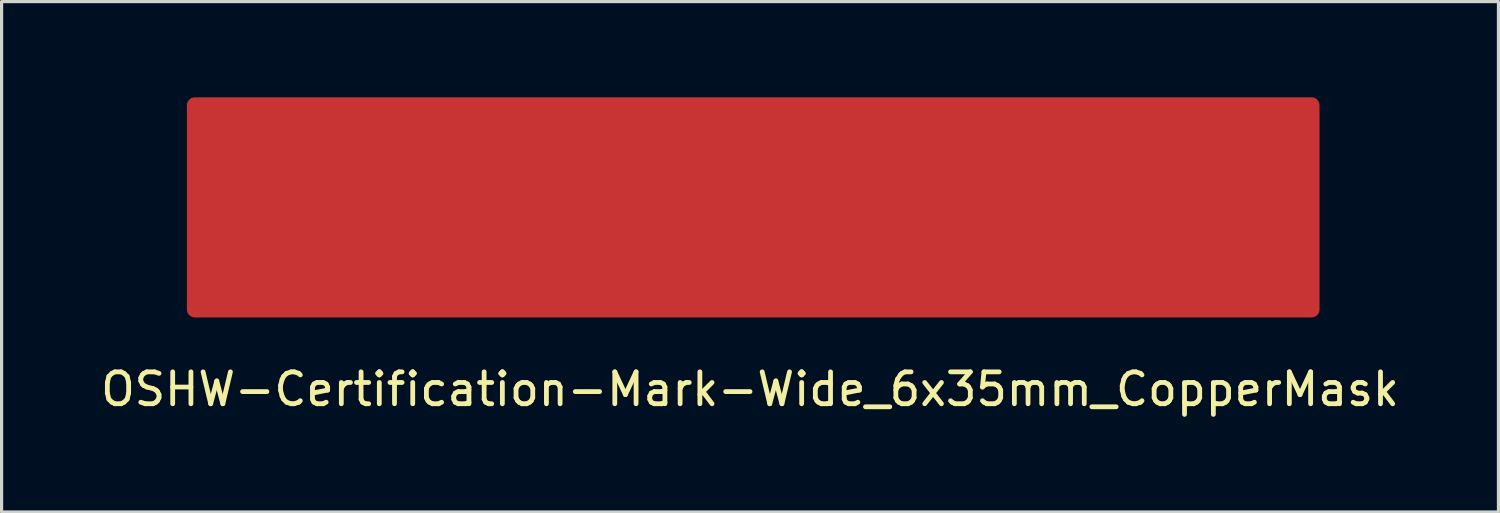
<source format=kicad_pcb>
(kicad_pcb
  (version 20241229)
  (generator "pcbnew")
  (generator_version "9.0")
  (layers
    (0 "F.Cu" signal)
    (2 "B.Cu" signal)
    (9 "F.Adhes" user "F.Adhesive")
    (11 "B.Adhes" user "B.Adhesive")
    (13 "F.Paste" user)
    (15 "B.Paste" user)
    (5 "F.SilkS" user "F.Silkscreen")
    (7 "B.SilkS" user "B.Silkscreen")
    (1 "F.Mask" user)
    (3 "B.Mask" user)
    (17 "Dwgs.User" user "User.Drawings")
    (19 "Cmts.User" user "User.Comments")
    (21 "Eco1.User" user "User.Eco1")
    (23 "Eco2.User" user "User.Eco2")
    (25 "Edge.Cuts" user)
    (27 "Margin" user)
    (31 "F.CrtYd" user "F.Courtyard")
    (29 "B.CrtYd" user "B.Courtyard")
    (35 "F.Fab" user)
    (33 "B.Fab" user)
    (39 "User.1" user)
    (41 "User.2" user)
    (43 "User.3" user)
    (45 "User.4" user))
  (footprint "OSHW-Certification-Mark-Wide_6x35mm_CopperMask"
    (layer "F.Cu")
    (at 20.458 3.45)
    (property "Reference" "OSHW-Certification-Mark-Wide_6x35mm_CopperMask" (at 0 5.7 0) (unlocked yes) (layer "F.SilkS") (effects (font (size 1 1) (thickness 0.15))))
    (attr board_only exclude_from_pos_files exclude_from_bom allow_missing_courtyard)
    (fp_rect (start -17.4 -3.2) (end 17.6 3.2) (stroke (width 0.5) (type solid)) (fill yes) (layer "F.Cu"))
    (fp_poly (pts (xy -13.783 0.429) (xy -13.783 0.429) (xy -13.783 0.429)) (stroke (width 0) (type solid)) (fill yes) (layer "F.Mask"))
    (fp_poly (pts (xy -5 3.137) (xy -17 3.137) (xy -17 -2.398) (xy -17 -2.398) (xy -7.132 -2.398) (xy -7.132 -1.91) (xy -16.512 -1.91) (xy -16.512 2.649) (xy -5.488 2.649) (xy -5.478 -2.398) (xy -5 -2.398)) (stroke (width 0) (type solid)) (fill yes) (layer "F.Mask"))
    (fp_poly (pts (xy -10.565 0.17) (xy -9.511 0.17) (xy -9.511 -0.997) (xy -9.124 -0.997) (xy -9.124 1.849) (xy -9.511 1.849) (xy -9.511 0.494) (xy -10.565 0.494) (xy -10.565 1.849) (xy -10.952 1.849) (xy -10.952 -0.997) (xy -10.565 -0.997)) (stroke (width 0) (type solid)) (fill yes) (layer "F.Mask"))
    (fp_poly (pts (xy -6.939 1.849) (xy -7.304 1.849) (xy -7.69 0.158) (xy -8.075 1.849) (xy -8.44 1.849) (xy -8.865 -0.997) (xy -8.489 -0.997) (xy -8.217 1.313) (xy -7.892 -0.215) (xy -7.49 -0.215) (xy -7.162 1.317) (xy -6.239 -3.111) (xy -5.864 -3.111)) (stroke (width 0) (type solid)) (fill yes) (layer "F.Mask"))
    (fp_poly (pts (xy -14.676 -1.047) (xy -14.619 -1.042) (xy -14.563 -1.035) (xy -14.51 -1.025) (xy -14.458 -1.012) (xy -14.409 -0.997) (xy -14.361 -0.978) (xy -14.315 -0.957) (xy -14.271 -0.932) (xy -14.23 -0.905) (xy -14.19 -0.875) (xy -14.152 -0.842) (xy -14.116 -0.807) (xy -14.081 -0.768) (xy -14.049 -0.727) (xy -14.019 -0.682) (xy -13.99 -0.635) (xy -13.963 -0.585) (xy -13.939 -0.532) (xy -13.915 -0.476) (xy -13.894 -0.416) (xy -13.875 -0.354) (xy -13.857 -0.289) (xy -13.842 -0.221) (xy -13.828 -0.151) (xy -13.816 -0.077) (xy -13.806 0.0002) (xy -13.797 0.08) (xy -13.791 0.163) (xy -13.786 0.249) (xy -13.783 0.337) (xy -13.783 0.429) (xy -13.783 0.52) (xy -13.786 0.609) (xy -13.791 0.694) (xy -13.797 0.777) (xy -13.806 0.857) (xy -13.816 0.933) (xy -13.828 1.007) (xy -13.842 1.078) (xy -13.857 1.146) (xy -13.875 1.211) (xy -13.894 1.273) (xy -13.915 1.332) (xy -13.939 1.388) (xy -13.963 1.441) (xy -13.99 1.491) (xy -14.019 1.538) (xy -14.034 1.561) (xy -14.049 1.583) (xy -14.065 1.604) (xy -14.081 1.624) (xy -14.098 1.644) (xy -14.116 1.663) (xy -14.133 1.681) (xy -14.152 1.698) (xy -14.17 1.715) (xy -14.19 1.731) (xy -14.209 1.747) (xy -14.23 1.761) (xy -14.25 1.775) (xy -14.271 1.788) (xy -14.293 1.801) (xy -14.315 1.813) (xy -14.338 1.824) (xy -14.361 1.834) (xy -14.385 1.844) (xy -14.409 1.853) (xy -14.433 1.861) (xy -14.458 1.868) (xy -14.484 1.875) (xy -14.51 1.881) (xy -14.536 1.887) (xy -14.563 1.891) (xy -14.619 1.898) (xy -14.676 1.903) (xy -14.736 1.904) (xy -14.795 1.903) (xy -14.852 1.899) (xy -14.908 1.891) (xy -14.961 1.881) (xy -15.013 1.869) (xy -15.062 1.853) (xy -15.11 1.835) (xy -15.156 1.813) (xy -15.2 1.789) (xy -15.242 1.762) (xy -15.282 1.732) (xy -15.32 1.699) (xy -15.356 1.664) (xy -15.39 1.625) (xy -15.422 1.584) (xy -15.452 1.54) (xy -15.481 1.493) (xy -15.507 1.443) (xy -15.532 1.39) (xy -15.555 1.334) (xy -15.576 1.275) (xy -15.595 1.213) (xy -15.612 1.148) (xy -15.628 1.08) (xy -15.642 1.009) (xy -15.654 0.935) (xy -15.664 0.858) (xy -15.672 0.779) (xy -15.678 0.696) (xy -15.683 0.61) (xy -15.686 0.521) (xy -15.687 0.429) (xy -15.284 0.429) (xy -15.282 0.58) (xy -15.277 0.719) (xy -15.267 0.848) (xy -15.253 0.965) (xy -15.244 1.019) (xy -15.235 1.071) (xy -15.224 1.12) (xy -15.213 1.166) (xy -15.2 1.21) (xy -15.187 1.25) (xy -15.172 1.288) (xy -15.157 1.323) (xy -15.14 1.355) (xy -15.131 1.371) (xy -15.122 1.386) (xy -15.112 1.4) (xy -15.102 1.414) (xy -15.092 1.428) (xy -15.082 1.44) (xy -15.071 1.453) (xy -15.06 1.465) (xy -15.049 1.476) (xy -15.037 1.487) (xy -15.025 1.497) (xy -15.012 1.507) (xy -15 1.516) (xy -14.987 1.524) (xy -14.973 1.533) (xy -14.96 1.54) (xy -14.946 1.547) (xy -14.931 1.554) (xy -14.917 1.56) (xy -14.902 1.565) (xy -14.887 1.57) (xy -14.871 1.575) (xy -14.855 1.579) (xy -14.839 1.582) (xy -14.823 1.585) (xy -14.806 1.587) (xy -14.789 1.589) (xy -14.771 1.591) (xy -14.736 1.592) (xy -14.7 1.591) (xy -14.665 1.587) (xy -14.631 1.582) (xy -14.599 1.575) (xy -14.568 1.566) (xy -14.539 1.554) (xy -14.51 1.541) (xy -14.483 1.525) (xy -14.458 1.507) (xy -14.433 1.487) (xy -14.41 1.465) (xy -14.389 1.441) (xy -14.368 1.415) (xy -14.349 1.387) (xy -14.331 1.357) (xy -14.314 1.325) (xy -14.299 1.29) (xy -14.284 1.252) (xy -14.27 1.211) (xy -14.258 1.168) (xy -14.246 1.122) (xy -14.235 1.073) (xy -14.226 1.021) (xy -14.217 0.966) (xy -14.21 0.909) (xy -14.203 0.849) (xy -14.197 0.786) (xy -14.193 0.72) (xy -14.189 0.651) (xy -14.187 0.58) (xy -14.185 0.506) (xy -14.185 0.429) (xy -14.187 0.278) (xy -14.193 0.138) (xy -14.203 0.009) (xy -14.217 -0.109) (xy -14.226 -0.163) (xy -14.235 -0.215) (xy -14.246 -0.264) (xy -14.258 -0.31) (xy -14.27 -0.354) (xy -14.284 -0.394) (xy -14.299 -0.432) (xy -14.314 -0.467) (xy -14.331 -0.499) (xy -14.34 -0.515) (xy -14.349 -0.53) (xy -14.358 -0.544) (xy -14.368 -0.558) (xy -14.378 -0.572) (xy -14.389 -0.584) (xy -14.399 -0.597) (xy -14.41 -0.609) (xy -14.422 -0.62) (xy -14.433 -0.631) (xy -14.445 -0.641) (xy -14.458 -0.651) (xy -14.47 -0.66) (xy -14.483 -0.668) (xy -14.497 -0.677) (xy -14.51 -0.684) (xy -14.524 -0.691) (xy -14.539 -0.698) (xy -14.553 -0.704) (xy -14.568 -0.709) (xy -14.584 -0.714) (xy -14.599 -0.719) (xy -14.615 -0.723) (xy -14.631 -0.726) (xy -14.648 -0.729) (xy -14.665 -0.731) (xy -14.682 -0.733) (xy -14.7 -0.735) (xy -14.736 -0.736) (xy -14.771 -0.735) (xy -14.806 -0.731) (xy -14.839 -0.726) (xy -14.871 -0.719) (xy -14.902 -0.709) (xy -14.931 -0.698) (xy -14.96 -0.684) (xy -14.987 -0.668) (xy -15.012 -0.651) (xy -15.037 -0.631) (xy -15.06 -0.609) (xy -15.082 -0.584) (xy -15.102 -0.558) (xy -15.122 -0.53) (xy -15.14 -0.499) (xy -15.157 -0.467) (xy -15.172 -0.432) (xy -15.187 -0.394) (xy -15.2 -0.354) (xy -15.213 -0.31) (xy -15.224 -0.264) (xy -15.235 -0.215) (xy -15.244 -0.163) (xy -15.253 -0.109) (xy -15.26 -0.051) (xy -15.267 0.009) (xy -15.272 0.072) (xy -15.277 0.138) (xy -15.28 0.206) (xy -15.282 0.278) (xy -15.284 0.352) (xy -15.284 0.429) (xy -15.687 0.429) (xy -15.686 0.337) (xy -15.683 0.249) (xy -15.678 0.163) (xy -15.672 0.08) (xy -15.664 0.0002) (xy -15.654 -0.077) (xy -15.642 -0.151) (xy -15.628 -0.221) (xy -15.612 -0.289) (xy -15.595 -0.354) (xy -15.576 -0.416) (xy -15.555 -0.476) (xy -15.532 -0.532) (xy -15.507 -0.585) (xy -15.481 -0.635) (xy -15.452 -0.682) (xy -15.437 -0.705) (xy -15.422 -0.727) (xy -15.406 -0.748) (xy -15.389 -0.768) (xy -15.372 -0.788) (xy -15.355 -0.807) (xy -15.337 -0.825) (xy -15.319 -0.842) (xy -15.3 -0.859) (xy -15.281 -0.875) (xy -15.261 -0.891) (xy -15.241 -0.905) (xy -15.22 -0.919) (xy -15.199 -0.932) (xy -15.177 -0.945) (xy -15.155 -0.957) (xy -15.132 -0.968) (xy -15.109 -0.978) (xy -15.086 -0.988) (xy -15.061 -0.997) (xy -15.037 -1.005) (xy -15.012 -1.012) (xy -14.986 -1.019) (xy -14.96 -1.025) (xy -14.907 -1.035) (xy -14.852 -1.042) (xy -14.795 -1.047) (xy -14.736 -1.048)) (stroke (width 0) (type solid)) (fill yes) (layer "F.Mask"))
    (fp_poly (pts (xy -12.317 -1.047) (xy -12.275 -1.045) (xy -12.233 -1.042) (xy -12.19 -1.038) (xy -12.147 -1.033) (xy -12.103 -1.026) (xy -12.058 -1.019) (xy -12.013 -1.01) (xy -11.968 -1) (xy -11.921 -0.989) (xy -11.875 -0.977) (xy -11.827 -0.964) (xy -11.779 -0.949) (xy -11.731 -0.934) (xy -11.682 -0.917) (xy -11.632 -0.899) (xy -11.632 -0.508) (xy -11.676 -0.536) (xy -11.72 -0.561) (xy -11.764 -0.585) (xy -11.808 -0.607) (xy -11.852 -0.627) (xy -11.896 -0.646) (xy -11.94 -0.663) (xy -11.985 -0.678) (xy -12.028 -0.691) (xy -12.073 -0.703) (xy -12.117 -0.713) (xy -12.161 -0.721) (xy -12.205 -0.727) (xy -12.25 -0.732) (xy -12.294 -0.734) (xy -12.339 -0.735) (xy -12.373 -0.735) (xy -12.405 -0.733) (xy -12.437 -0.731) (xy -12.468 -0.727) (xy -12.498 -0.723) (xy -12.527 -0.717) (xy -12.556 -0.711) (xy -12.583 -0.703) (xy -12.61 -0.695) (xy -12.635 -0.685) (xy -12.66 -0.675) (xy -12.684 -0.663) (xy -12.707 -0.651) (xy -12.729 -0.637) (xy -12.75 -0.623) (xy -12.77 -0.607) (xy -12.789 -0.591) (xy -12.807 -0.575) (xy -12.824 -0.557) (xy -12.839 -0.539) (xy -12.853 -0.52) (xy -12.866 -0.5) (xy -12.878 -0.48) (xy -12.889 -0.459) (xy -12.898 -0.438) (xy -12.906 -0.415) (xy -12.913 -0.392) (xy -12.918 -0.368) (xy -12.923 -0.344) (xy -12.926 -0.319) (xy -12.927 -0.293) (xy -12.928 -0.266) (xy -12.928 -0.243) (xy -12.926 -0.22) (xy -12.924 -0.199) (xy -12.922 -0.178) (xy -12.918 -0.157) (xy -12.914 -0.137) (xy -12.908 -0.118) (xy -12.902 -0.1) (xy -12.896 -0.082) (xy -12.888 -0.065) (xy -12.879 -0.049) (xy -12.87 -0.034) (xy -12.86 -0.019) (xy -12.849 -0.005) (xy -12.838 0.009) (xy -12.825 0.022) (xy -12.811 0.034) (xy -12.796 0.046) (xy -12.78 0.058) (xy -12.762 0.069) (xy -12.742 0.08) (xy -12.721 0.091) (xy -12.699 0.102) (xy -12.676 0.113) (xy -12.651 0.123) (xy -12.624 0.133) (xy -12.596 0.143) (xy -12.567 0.152) (xy -12.537 0.161) (xy -12.505 0.17) (xy -12.471 0.179) (xy -12.436 0.187) (xy -12.234 0.233) (xy -12.185 0.245) (xy -12.138 0.258) (xy -12.092 0.272) (xy -12.048 0.286) (xy -12.005 0.302) (xy -11.965 0.318) (xy -11.926 0.335) (xy -11.888 0.353) (xy -11.853 0.372) (xy -11.819 0.392) (xy -11.787 0.412) (xy -11.756 0.433) (xy -11.727 0.455) (xy -11.7 0.478) (xy -11.675 0.502) (xy -11.651 0.527) (xy -11.629 0.552) (xy -11.608 0.579) (xy -11.589 0.607) (xy -11.571 0.636) (xy -11.555 0.666) (xy -11.54 0.697) (xy -11.526 0.729) (xy -11.514 0.763) (xy -11.503 0.798) (xy -11.494 0.833) (xy -11.486 0.87) (xy -11.48 0.908) (xy -11.475 0.947) (xy -11.471 0.988) (xy -11.469 1.029) (xy -11.468 1.072) (xy -11.469 1.122) (xy -11.472 1.17) (xy -11.477 1.217) (xy -11.484 1.263) (xy -11.493 1.307) (xy -11.503 1.349) (xy -11.516 1.39) (xy -11.531 1.43) (xy -11.548 1.468) (xy -11.566 1.504) (xy -11.587 1.539) (xy -11.61 1.572) (xy -11.634 1.604) (xy -11.661 1.635) (xy -11.689 1.664) (xy -11.72 1.691) (xy -11.752 1.717) (xy -11.786 1.741) (xy -11.822 1.764) (xy -11.86 1.785) (xy -11.899 1.804) (xy -11.941 1.821) (xy -11.984 1.837) (xy -12.028 1.851) (xy -12.075 1.864) (xy -12.124 1.875) (xy -12.174 1.884) (xy -12.226 1.891) (xy -12.28 1.897) (xy -12.335 1.901) (xy -12.392 1.904) (xy -12.452 1.905) (xy -12.502 1.904) (xy -12.552 1.902) (xy -12.602 1.899) (xy -12.652 1.894) (xy -12.702 1.888) (xy -12.753 1.88) (xy -12.803 1.871) (xy -12.854 1.861) (xy -12.904 1.85) (xy -12.955 1.837) (xy -13.006 1.823) (xy -13.056 1.808) (xy -13.107 1.791) (xy -13.158 1.773) (xy -13.209 1.754) (xy -13.26 1.733) (xy -13.26 1.323) (xy -13.205 1.357) (xy -13.152 1.388) (xy -13.099 1.417) (xy -13.047 1.444) (xy -12.995 1.468) (xy -12.945 1.49) (xy -12.895 1.51) (xy -12.846 1.527) (xy -12.797 1.542) (xy -12.748 1.556) (xy -12.699 1.567) (xy -12.649 1.576) (xy -12.6 1.583) (xy -12.551 1.588) (xy -12.501 1.591) (xy -12.452 1.592) (xy -12.416 1.592) (xy -12.381 1.59) (xy -12.347 1.588) (xy -12.314 1.584) (xy -12.282 1.579) (xy -12.251 1.574) (xy -12.221 1.567) (xy -12.192 1.56) (xy -12.165 1.551) (xy -12.138 1.541) (xy -12.112 1.531) (xy -12.087 1.519) (xy -12.063 1.507) (xy -12.04 1.493) (xy -12.019 1.478) (xy -11.998 1.462) (xy -11.978 1.446) (xy -11.96 1.428) (xy -11.943 1.41) (xy -11.927 1.39) (xy -11.913 1.37) (xy -11.899 1.349) (xy -11.887 1.328) (xy -11.876 1.305) (xy -11.867 1.282) (xy -11.859 1.258) (xy -11.852 1.233) (xy -11.846 1.207) (xy -11.842 1.181) (xy -11.838 1.154) (xy -11.837 1.125) (xy -11.836 1.097) (xy -11.836 1.07) (xy -11.838 1.045) (xy -11.84 1.02) (xy -11.843 0.996) (xy -11.847 0.973) (xy -11.852 0.951) (xy -11.857 0.929) (xy -11.864 0.908) (xy -11.872 0.888) (xy -11.88 0.869) (xy -11.889 0.851) (xy -11.899 0.833) (xy -11.91 0.816) (xy -11.922 0.8) (xy -11.935 0.785) (xy -11.948 0.771) (xy -11.963 0.757) (xy -11.979 0.743) (xy -11.996 0.73) (xy -12.014 0.718) (xy -12.034 0.705) (xy -12.055 0.694) (xy -12.077 0.682) (xy -12.1 0.671) (xy -12.125 0.66) (xy -12.151 0.65) (xy -12.179 0.64) (xy -12.207 0.631) (xy -12.238 0.622) (xy -12.269 0.613) (xy -12.301 0.605) (xy -12.335 0.597) (xy -12.541 0.55) (xy -12.59 0.538) (xy -12.637 0.526) (xy -12.682 0.513) (xy -12.726 0.499) (xy -12.768 0.485) (xy -12.808 0.469) (xy -12.846 0.454) (xy -12.883 0.437) (xy -12.918 0.42) (xy -12.952 0.402) (xy -12.984 0.383) (xy -13.014 0.364) (xy -13.042 0.344) (xy -13.069 0.323) (xy -13.094 0.301) (xy -13.117 0.279) (xy -13.138 0.256) (xy -13.159 0.232) (xy -13.178 0.207) (xy -13.195 0.181) (xy -13.211 0.154) (xy -13.226 0.126) (xy -13.239 0.097) (xy -13.251 0.067) (xy -13.262 0.036) (xy -13.271 0.004) (xy -13.278 -0.029) (xy -13.285 -0.062) (xy -13.29 -0.097) (xy -13.293 -0.133) (xy -13.295 -0.17) (xy -13.296 -0.207) (xy -13.295 -0.254) (xy -13.292 -0.3) (xy -13.287 -0.345) (xy -13.28 -0.388) (xy -13.271 -0.431) (xy -13.26 -0.472) (xy -13.247 -0.512) (xy -13.232 -0.55) (xy -13.215 -0.588) (xy -13.196 -0.624) (xy -13.175 -0.659) (xy -13.152 -0.693) (xy -13.127 -0.726) (xy -13.1 -0.758) (xy -13.071 -0.788) (xy -13.041 -0.817) (xy -13.008 -0.845) (xy -12.974 -0.871) (xy -12.938 -0.895) (xy -12.901 -0.918) (xy -12.863 -0.939) (xy -12.824 -0.958) (xy -12.783 -0.975) (xy -12.741 -0.99) (xy -12.698 -1.004) (xy -12.653 -1.015) (xy -12.607 -1.025) (xy -12.56 -1.033) (xy -12.512 -1.04) (xy -12.462 -1.044) (xy -12.411 -1.047) (xy -12.358 -1.048)) (stroke (width 0) (type solid)) (fill yes) (layer "F.Mask"))
    (fp_text user "XX000000" (at -4.2 0.4 0) (unlocked yes) (layer "F.Mask") (effects (font (size 2.8 2.8) (thickness 0.4)) (justify left))))
  (gr_rect
    (start -3 -3)
    (end 43.917 12.998)
    (stroke (width 0.1) (type default))
    (fill no)
    (layer "Edge.Cuts")))
</source>
